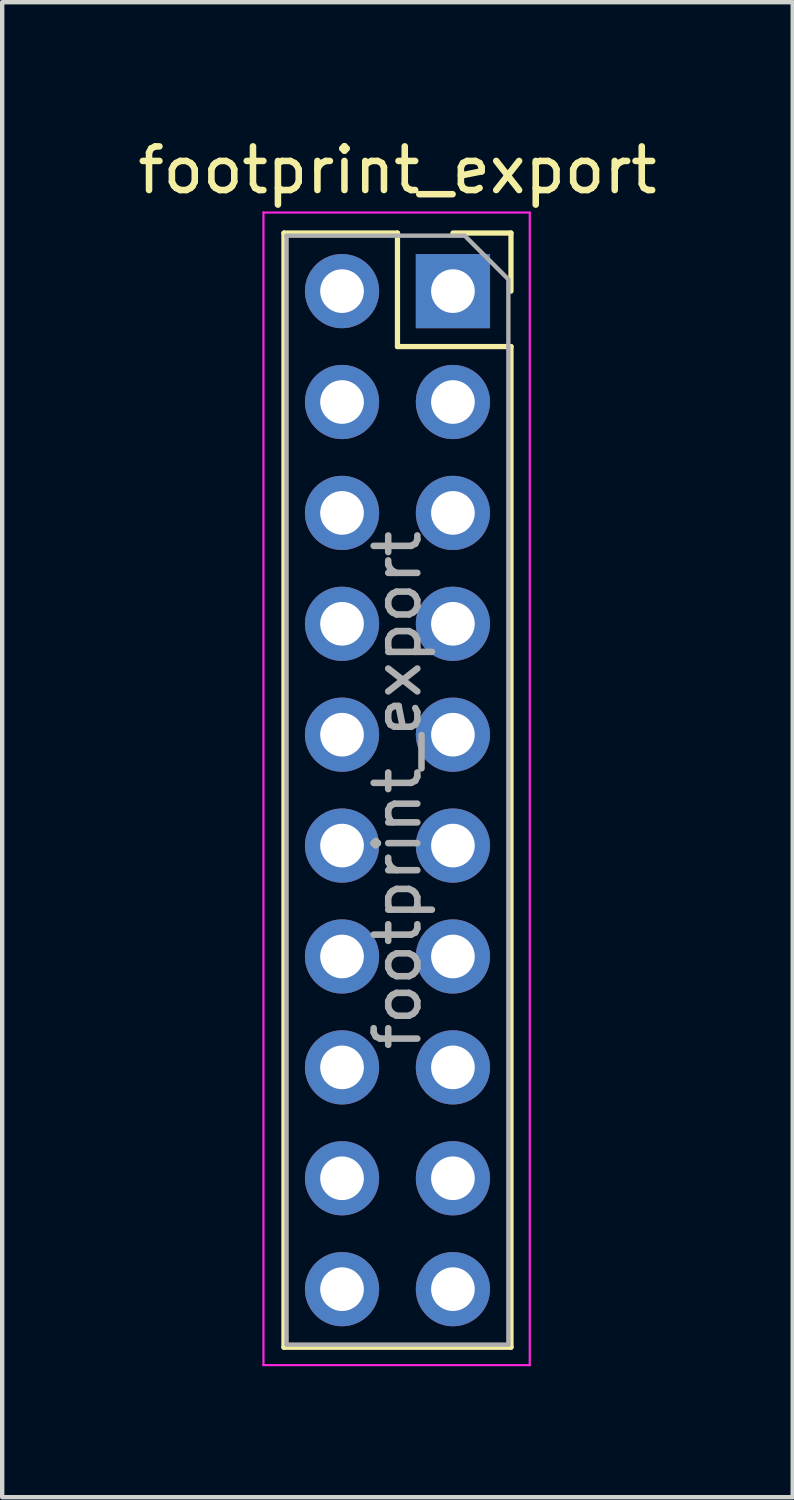
<source format=kicad_pcb>
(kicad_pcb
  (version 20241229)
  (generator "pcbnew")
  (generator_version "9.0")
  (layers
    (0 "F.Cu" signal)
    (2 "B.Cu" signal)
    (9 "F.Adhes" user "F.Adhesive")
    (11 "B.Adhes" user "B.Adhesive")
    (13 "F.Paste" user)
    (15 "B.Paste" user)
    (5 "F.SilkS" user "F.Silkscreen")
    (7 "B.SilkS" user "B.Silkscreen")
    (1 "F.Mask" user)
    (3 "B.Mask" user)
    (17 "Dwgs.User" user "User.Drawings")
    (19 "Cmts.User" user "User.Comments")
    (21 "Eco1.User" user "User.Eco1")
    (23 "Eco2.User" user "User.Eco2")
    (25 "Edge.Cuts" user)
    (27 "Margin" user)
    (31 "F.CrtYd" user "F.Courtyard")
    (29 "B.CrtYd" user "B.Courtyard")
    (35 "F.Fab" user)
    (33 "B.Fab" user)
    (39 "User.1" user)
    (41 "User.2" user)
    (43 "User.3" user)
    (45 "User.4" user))
  (footprint "footprint_export"
    (layer "F.Cu")
    (at 7.324 3.618)
    (property "Reference" "footprint_export" (at -1.27 -2.77 0) (layer "F.SilkS") (effects (font (size 1 1) (thickness 0.15))))
    (attr through_hole)
    (fp_line (start -3.87 -1.33) (end -3.87 24.19) (stroke (width 0.12) (type solid)) (layer "F.SilkS"))
    (fp_line (start -3.87 -1.33) (end -1.27 -1.33) (stroke (width 0.12) (type solid)) (layer "F.SilkS"))
    (fp_line (start -3.87 24.19) (end 1.33 24.19) (stroke (width 0.12) (type solid)) (layer "F.SilkS"))
    (fp_line (start -1.27 -1.33) (end -1.27 1.27) (stroke (width 0.12) (type solid)) (layer "F.SilkS"))
    (fp_line (start -1.27 1.27) (end 1.33 1.27) (stroke (width 0.12) (type solid)) (layer "F.SilkS"))
    (fp_line (start 0 -1.33) (end 1.33 -1.33) (stroke (width 0.12) (type solid)) (layer "F.SilkS"))
    (fp_line (start 1.33 -1.33) (end 1.33 0) (stroke (width 0.12) (type solid)) (layer "F.SilkS"))
    (fp_line (start 1.33 1.27) (end 1.33 24.19) (stroke (width 0.12) (type solid)) (layer "F.SilkS"))
    (fp_line (start -4.34 -1.8) (end 1.76 -1.8) (stroke (width 0.05) (type solid)) (layer "F.CrtYd"))
    (fp_line (start -4.34 24.6) (end -4.34 -1.8) (stroke (width 0.05) (type solid)) (layer "F.CrtYd"))
    (fp_line (start 1.76 -1.8) (end 1.76 24.6) (stroke (width 0.05) (type solid)) (layer "F.CrtYd"))
    (fp_line (start 1.76 24.6) (end -4.34 24.6) (stroke (width 0.05) (type solid)) (layer "F.CrtYd"))
    (fp_line (start -3.81 -1.27) (end 0.27 -1.27) (stroke (width 0.1) (type solid)) (layer "F.Fab"))
    (fp_line (start -3.81 24.13) (end -3.81 -1.27) (stroke (width 0.1) (type solid)) (layer "F.Fab"))
    (fp_line (start 0.27 -1.27) (end 1.27 -0.27) (stroke (width 0.1) (type solid)) (layer "F.Fab"))
    (fp_line (start 1.27 -0.27) (end 1.27 24.13) (stroke (width 0.1) (type solid)) (layer "F.Fab"))
    (fp_line (start 1.27 24.13) (end -3.81 24.13) (stroke (width 0.1) (type solid)) (layer "F.Fab"))
    (fp_text user "${REFERENCE}" (at -1.27 11.43 90) (layer "F.Fab") (effects (font (size 1 1) (thickness 0.15))))
    (pad "1" thru_hole rect (at 0 0) (size 1.7 1.7) (drill 1) (layers "*.Cu" "*.Mask"))
    (pad "2" thru_hole oval (at -2.54 0) (size 1.7 1.7) (drill 1) (layers "*.Cu" "*.Mask"))
    (pad "3" thru_hole oval (at 0 2.54) (size 1.7 1.7) (drill 1) (layers "*.Cu" "*.Mask"))
    (pad "4" thru_hole oval (at -2.54 2.54) (size 1.7 1.7) (drill 1) (layers "*.Cu" "*.Mask"))
    (pad "5" thru_hole oval (at 0 5.08) (size 1.7 1.7) (drill 1) (layers "*.Cu" "*.Mask"))
    (pad "6" thru_hole oval (at -2.54 5.08) (size 1.7 1.7) (drill 1) (layers "*.Cu" "*.Mask"))
    (pad "7" thru_hole oval (at 0 7.62) (size 1.7 1.7) (drill 1) (layers "*.Cu" "*.Mask"))
    (pad "8" thru_hole oval (at -2.54 7.62) (size 1.7 1.7) (drill 1) (layers "*.Cu" "*.Mask"))
    (pad "9" thru_hole oval (at 0 10.16) (size 1.7 1.7) (drill 1) (layers "*.Cu" "*.Mask"))
    (pad "10" thru_hole oval (at -2.54 10.16) (size 1.7 1.7) (drill 1) (layers "*.Cu" "*.Mask"))
    (pad "11" thru_hole oval (at 0 12.7) (size 1.7 1.7) (drill 1) (layers "*.Cu" "*.Mask"))
    (pad "12" thru_hole oval (at -2.54 12.7) (size 1.7 1.7) (drill 1) (layers "*.Cu" "*.Mask"))
    (pad "13" thru_hole oval (at 0 15.24) (size 1.7 1.7) (drill 1) (layers "*.Cu" "*.Mask"))
    (pad "14" thru_hole oval (at -2.54 15.24) (size 1.7 1.7) (drill 1) (layers "*.Cu" "*.Mask"))
    (pad "15" thru_hole oval (at 0 17.78) (size 1.7 1.7) (drill 1) (layers "*.Cu" "*.Mask"))
    (pad "16" thru_hole oval (at -2.54 17.78) (size 1.7 1.7) (drill 1) (layers "*.Cu" "*.Mask"))
    (pad "17" thru_hole oval (at 0 20.32) (size 1.7 1.7) (drill 1) (layers "*.Cu" "*.Mask"))
    (pad "18" thru_hole oval (at -2.54 20.32) (size 1.7 1.7) (drill 1) (layers "*.Cu" "*.Mask"))
    (pad "19" thru_hole oval (at 0 22.86) (size 1.7 1.7) (drill 1) (layers "*.Cu" "*.Mask"))
    (pad "20" thru_hole oval (at -2.54 22.86) (size 1.7 1.7) (drill 1) (layers "*.Cu" "*.Mask")))
  (gr_rect
    (start -3 -3)
    (end 15.107 31.243)
    (stroke (width 0.1) (type default))
    (fill no)
    (layer "Edge.Cuts")))
</source>
